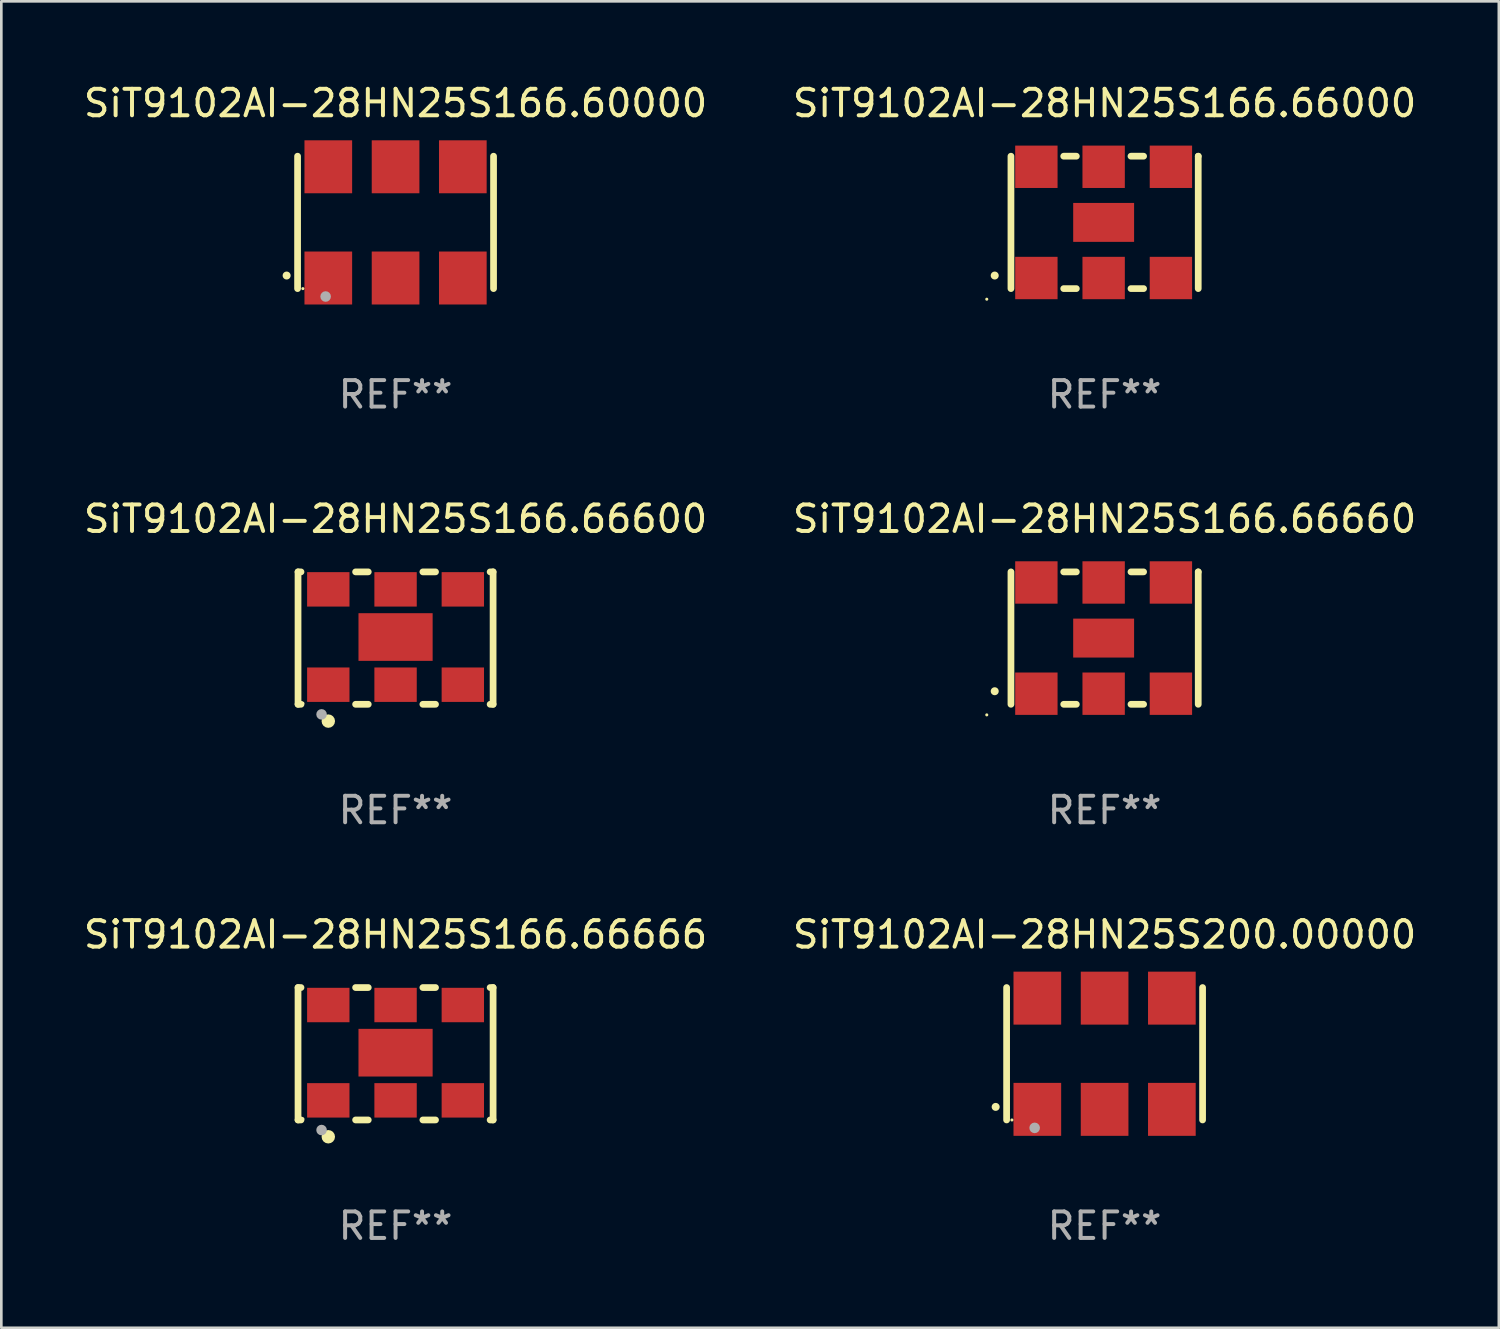
<source format=kicad_pcb>
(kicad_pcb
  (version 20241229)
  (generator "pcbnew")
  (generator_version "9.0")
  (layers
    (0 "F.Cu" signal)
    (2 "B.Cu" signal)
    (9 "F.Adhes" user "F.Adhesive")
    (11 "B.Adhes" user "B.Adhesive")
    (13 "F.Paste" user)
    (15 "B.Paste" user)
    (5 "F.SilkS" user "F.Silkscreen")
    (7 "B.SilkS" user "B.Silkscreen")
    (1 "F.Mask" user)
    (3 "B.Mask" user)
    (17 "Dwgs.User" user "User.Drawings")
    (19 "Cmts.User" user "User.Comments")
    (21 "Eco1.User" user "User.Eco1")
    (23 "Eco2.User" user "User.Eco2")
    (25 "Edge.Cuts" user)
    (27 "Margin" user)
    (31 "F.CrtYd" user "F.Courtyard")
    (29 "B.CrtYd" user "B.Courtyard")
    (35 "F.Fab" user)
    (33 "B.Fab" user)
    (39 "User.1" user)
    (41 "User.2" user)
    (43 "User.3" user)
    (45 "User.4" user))
  (footprint "SiT9102AI-28HN25S166.60000"
    (layer "F.Cu")
    (at 11.887 5.348)
    (property "Reference" "SiT9102AI-28HN25S166.60000" (at 0 -4.5 0) (layer "F.SilkS") (effects (font (size 1 1) (thickness 0.15))))
    (attr through_hole)
    (fp_line (start -3.7 -2.5) (end -3.7 2.5) (stroke (width 0.254) (type solid)) (layer "F.SilkS"))
    (fp_line (start 3.7 -2.5) (end 3.7 2.5) (stroke (width 0.254) (type solid)) (layer "F.SilkS"))
    (fp_arc (start -4.114415 2.006604) (mid -4.113145 2.006599) (end -4.111875 2.006604) (stroke (width 0.3) (type solid)) (layer "F.SilkS"))
    (fp_circle (center -3.5 2.501) (end -3.47 2.501) (stroke (width 0.06) (type solid)) (fill no) (layer "F.SilkS"))
    (fp_circle (center -2.641 2.799) (end -2.541 2.799) (stroke (width 0.2) (type solid)) (fill no) (layer "F.Fab"))
    (fp_text user "REF**" (at 0 6.5 0) (layer "F.Fab") (effects (font (size 1 1) (thickness 0.15))))
    (pad "1" smd rect (at -2.54 2.1) (size 1.8 2) (layers "F.Cu" "F.Mask" "F.Paste"))
    (pad "2" smd rect (at 0.000394 2.1) (size 1.8 2) (layers "F.Cu" "F.Mask" "F.Paste"))
    (pad "3" smd rect (at 2.54 2.1) (size 1.8 2) (layers "F.Cu" "F.Mask" "F.Paste"))
    (pad "4" smd rect (at 2.54 -2.1) (size 1.8 2) (layers "F.Cu" "F.Mask" "F.Paste"))
    (pad "5" smd rect (at 0.000394 -2.1) (size 1.8 2) (layers "F.Cu" "F.Mask" "F.Paste"))
    (pad "6" smd rect (at -2.54 -2.1) (size 1.8 2) (layers "F.Cu" "F.Mask" "F.Paste")))
  (footprint "SiT9102AI-28HN25S166.66600"
    (layer "F.Cu")
    (at 11.887 21.045)
    (property "Reference" "SiT9102AI-28HN25S166.66600" (at 0 -4.5 0) (layer "F.SilkS") (effects (font (size 1 1) (thickness 0.15))))
    (attr through_hole)
    (fp_line (start -3.683 -2.5) (end -3.571 -2.5) (stroke (width 0.254) (type solid)) (layer "F.SilkS"))
    (fp_line (start -3.683 2.5) (end -3.683 -2.5) (stroke (width 0.254) (type solid)) (layer "F.SilkS"))
    (fp_line (start -3.683 2.5) (end -3.571 2.5) (stroke (width 0.254) (type solid)) (layer "F.SilkS"))
    (fp_line (start -1.509 -2.5) (end -1.031 -2.5) (stroke (width 0.254) (type solid)) (layer "F.SilkS"))
    (fp_line (start -1.509 2.5) (end -1.031 2.5) (stroke (width 0.254) (type solid)) (layer "F.SilkS"))
    (fp_line (start 1.031 -2.5) (end 1.509 -2.5) (stroke (width 0.254) (type solid)) (layer "F.SilkS"))
    (fp_line (start 1.031 2.5) (end 1.509 2.5) (stroke (width 0.254) (type solid)) (layer "F.SilkS"))
    (fp_line (start 3.571 -2.5) (end 3.683 -2.5) (stroke (width 0.254) (type solid)) (layer "F.SilkS"))
    (fp_line (start 3.571 2.5) (end 3.683 2.5) (stroke (width 0.254) (type solid)) (layer "F.SilkS"))
    (fp_line (start 3.683 2.5) (end 3.683 -2.5) (stroke (width 0.254) (type solid)) (layer "F.SilkS"))
    (fp_circle (center -3.5 2.46) (end -3.47 2.46) (stroke (width 0.06) (type solid)) (fill no) (layer "F.SilkS"))
    (fp_circle (center -2.54 3.135) (end -2.413 3.135) (stroke (width 0.254) (type solid)) (fill no) (layer "F.SilkS"))
    (fp_circle (center -2.794 2.881) (end -2.694 2.881) (stroke (width 0.2) (type solid)) (fill no) (layer "F.Fab"))
    (fp_text user "REF**" (at 0 6.5 0) (layer "F.Fab") (effects (font (size 1 1) (thickness 0.15))))
    (pad "1" smd rect (at -2.54 1.76) (size 1.6 1.3) (layers "F.Cu" "F.Mask" "F.Paste"))
    (pad "2" smd rect (at 0 1.76) (size 1.6 1.3) (layers "F.Cu" "F.Mask" "F.Paste"))
    (pad "3" smd rect (at 2.54 1.76) (size 1.6 1.3) (layers "F.Cu" "F.Mask" "F.Paste"))
    (pad "4" smd rect (at 2.54 -1.84) (size 1.6 1.3) (layers "F.Cu" "F.Mask" "F.Paste"))
    (pad "5" smd rect (at 0 -1.84) (size 1.6 1.3) (layers "F.Cu" "F.Mask" "F.Paste"))
    (pad "6" smd rect (at -2.54 -1.84) (size 1.6 1.3) (layers "F.Cu" "F.Mask" "F.Paste"))
    (pad "7" smd rect (at 0 -0.04) (size 2.8 1.8) (layers "F.Cu" "F.Mask" "F.Paste")))
  (footprint "SiT9102AI-28HN25S166.66000"
    (layer "F.Cu")
    (at 38.661 5.348)
    (property "Reference" "SiT9102AI-28HN25S166.66000" (at 0 -4.5 0) (layer "F.SilkS") (effects (font (size 1 1) (thickness 0.15))))
    (attr through_hole)
    (fp_line (start -3.536 -2.5) (end -3.536 2.5) (stroke (width 0.254) (type solid)) (layer "F.SilkS"))
    (fp_line (start -1.544 2.5) (end -1.067 2.5) (stroke (width 0.254) (type solid)) (layer "F.SilkS"))
    (fp_line (start -1.067 -2.5) (end -1.544 -2.5) (stroke (width 0.254) (type solid)) (layer "F.SilkS"))
    (fp_line (start 0.996 2.5) (end 1.473 2.5) (stroke (width 0.254) (type solid)) (layer "F.SilkS"))
    (fp_line (start 1.473 -2.5) (end 0.996 -2.5) (stroke (width 0.254) (type solid)) (layer "F.SilkS"))
    (fp_line (start 3.536 -2.5) (end 3.536 -2.5) (stroke (width 0.254) (type solid)) (layer "F.SilkS"))
    (fp_line (start 3.536 2.5) (end 3.536 -2.5) (stroke (width 0.254) (type solid)) (layer "F.SilkS"))
    (fp_arc (start -4.150432 2.006604) (mid -4.149162 2.006599) (end -4.147892 2.006604) (stroke (width 0.3) (type solid)) (layer "F.SilkS"))
    (fp_circle (center -4.449 2.9) (end -4.419 2.9) (stroke (width 0.06) (type solid)) (fill no) (layer "F.SilkS"))
    (fp_text user "REF**" (at 0 6.5 0) (layer "F.Fab") (effects (font (size 1 1) (thickness 0.15))))
    (pad "1" smd rect (at -2.576 2.1) (size 1.6 1.6) (layers "F.Cu" "F.Mask" "F.Paste"))
    (pad "2" smd rect (at -0.036 2.1) (size 1.6 1.6) (layers "F.Cu" "F.Mask" "F.Paste"))
    (pad "3" smd rect (at 2.504 2.1) (size 1.6 1.6) (layers "F.Cu" "F.Mask" "F.Paste"))
    (pad "4" smd rect (at 2.504 -2.1) (size 1.6 1.6) (layers "F.Cu" "F.Mask" "F.Paste"))
    (pad "5" smd rect (at -0.036 -2.1) (size 1.6 1.6) (layers "F.Cu" "F.Mask" "F.Paste"))
    (pad "6" smd rect (at -2.576 -2.1) (size 1.6 1.6) (layers "F.Cu" "F.Mask" "F.Paste"))
    (pad "7" smd rect (at -0.036 0) (size 2.3 1.47) (layers "F.Cu" "F.Mask" "F.Paste")))
  (footprint "SiT9102AI-28HN25S166.66660"
    (layer "F.Cu")
    (at 38.661 21.045)
    (property "Reference" "SiT9102AI-28HN25S166.66660" (at 0 -4.5 0) (layer "F.SilkS") (effects (font (size 1 1) (thickness 0.15))))
    (attr through_hole)
    (fp_line (start -3.536 -2.5) (end -3.536 2.5) (stroke (width 0.254) (type solid)) (layer "F.SilkS"))
    (fp_line (start -1.544 2.5) (end -1.067 2.5) (stroke (width 0.254) (type solid)) (layer "F.SilkS"))
    (fp_line (start -1.067 -2.5) (end -1.544 -2.5) (stroke (width 0.254) (type solid)) (layer "F.SilkS"))
    (fp_line (start 0.996 2.5) (end 1.473 2.5) (stroke (width 0.254) (type solid)) (layer "F.SilkS"))
    (fp_line (start 1.473 -2.5) (end 0.996 -2.5) (stroke (width 0.254) (type solid)) (layer "F.SilkS"))
    (fp_line (start 3.536 -2.5) (end 3.536 -2.5) (stroke (width 0.254) (type solid)) (layer "F.SilkS"))
    (fp_line (start 3.536 2.5) (end 3.536 -2.5) (stroke (width 0.254) (type solid)) (layer "F.SilkS"))
    (fp_arc (start -4.150432 2.006604) (mid -4.149162 2.006599) (end -4.147892 2.006604) (stroke (width 0.3) (type solid)) (layer "F.SilkS"))
    (fp_circle (center -4.449 2.9) (end -4.419 2.9) (stroke (width 0.06) (type solid)) (fill no) (layer "F.SilkS"))
    (fp_text user "REF**" (at 0 6.5 0) (layer "F.Fab") (effects (font (size 1 1) (thickness 0.15))))
    (pad "1" smd rect (at -2.576 2.1) (size 1.6 1.6) (layers "F.Cu" "F.Mask" "F.Paste"))
    (pad "2" smd rect (at -0.036 2.1) (size 1.6 1.6) (layers "F.Cu" "F.Mask" "F.Paste"))
    (pad "3" smd rect (at 2.504 2.1) (size 1.6 1.6) (layers "F.Cu" "F.Mask" "F.Paste"))
    (pad "4" smd rect (at 2.504 -2.1) (size 1.6 1.6) (layers "F.Cu" "F.Mask" "F.Paste"))
    (pad "5" smd rect (at -0.036 -2.1) (size 1.6 1.6) (layers "F.Cu" "F.Mask" "F.Paste"))
    (pad "6" smd rect (at -2.576 -2.1) (size 1.6 1.6) (layers "F.Cu" "F.Mask" "F.Paste"))
    (pad "7" smd rect (at -0.036 0) (size 2.3 1.47) (layers "F.Cu" "F.Mask" "F.Paste")))
  (footprint "SiT9102AI-28HN25S166.66666"
    (layer "F.Cu")
    (at 11.887 36.741)
    (property "Reference" "SiT9102AI-28HN25S166.66666" (at 0 -4.5 0) (layer "F.SilkS") (effects (font (size 1 1) (thickness 0.15))))
    (attr through_hole)
    (fp_line (start -3.683 -2.5) (end -3.571 -2.5) (stroke (width 0.254) (type solid)) (layer "F.SilkS"))
    (fp_line (start -3.683 2.5) (end -3.683 -2.5) (stroke (width 0.254) (type solid)) (layer "F.SilkS"))
    (fp_line (start -3.683 2.5) (end -3.571 2.5) (stroke (width 0.254) (type solid)) (layer "F.SilkS"))
    (fp_line (start -1.509 -2.5) (end -1.031 -2.5) (stroke (width 0.254) (type solid)) (layer "F.SilkS"))
    (fp_line (start -1.509 2.5) (end -1.031 2.5) (stroke (width 0.254) (type solid)) (layer "F.SilkS"))
    (fp_line (start 1.031 -2.5) (end 1.509 -2.5) (stroke (width 0.254) (type solid)) (layer "F.SilkS"))
    (fp_line (start 1.031 2.5) (end 1.509 2.5) (stroke (width 0.254) (type solid)) (layer "F.SilkS"))
    (fp_line (start 3.571 -2.5) (end 3.683 -2.5) (stroke (width 0.254) (type solid)) (layer "F.SilkS"))
    (fp_line (start 3.571 2.5) (end 3.683 2.5) (stroke (width 0.254) (type solid)) (layer "F.SilkS"))
    (fp_line (start 3.683 2.5) (end 3.683 -2.5) (stroke (width 0.254) (type solid)) (layer "F.SilkS"))
    (fp_circle (center -3.5 2.46) (end -3.47 2.46) (stroke (width 0.06) (type solid)) (fill no) (layer "F.SilkS"))
    (fp_circle (center -2.54 3.135) (end -2.413 3.135) (stroke (width 0.254) (type solid)) (fill no) (layer "F.SilkS"))
    (fp_circle (center -2.794 2.881) (end -2.694 2.881) (stroke (width 0.2) (type solid)) (fill no) (layer "F.Fab"))
    (fp_text user "REF**" (at 0 6.5 0) (layer "F.Fab") (effects (font (size 1 1) (thickness 0.15))))
    (pad "1" smd rect (at -2.54 1.76) (size 1.6 1.3) (layers "F.Cu" "F.Mask" "F.Paste"))
    (pad "2" smd rect (at 0 1.76) (size 1.6 1.3) (layers "F.Cu" "F.Mask" "F.Paste"))
    (pad "3" smd rect (at 2.54 1.76) (size 1.6 1.3) (layers "F.Cu" "F.Mask" "F.Paste"))
    (pad "4" smd rect (at 2.54 -1.84) (size 1.6 1.3) (layers "F.Cu" "F.Mask" "F.Paste"))
    (pad "5" smd rect (at 0 -1.84) (size 1.6 1.3) (layers "F.Cu" "F.Mask" "F.Paste"))
    (pad "6" smd rect (at -2.54 -1.84) (size 1.6 1.3) (layers "F.Cu" "F.Mask" "F.Paste"))
    (pad "7" smd rect (at 0 -0.04) (size 2.8 1.8) (layers "F.Cu" "F.Mask" "F.Paste")))
  (footprint "SiT9102AI-28HN25S200.00000"
    (layer "F.Cu")
    (at 38.661 36.741)
    (property "Reference" "SiT9102AI-28HN25S200.00000" (at 0 -4.5 0) (layer "F.SilkS") (effects (font (size 1 1) (thickness 0.15))))
    (attr through_hole)
    (fp_line (start -3.7 -2.5) (end -3.7 2.5) (stroke (width 0.254) (type solid)) (layer "F.SilkS"))
    (fp_line (start 3.7 -2.5) (end 3.7 2.5) (stroke (width 0.254) (type solid)) (layer "F.SilkS"))
    (fp_arc (start -4.114415 2.006604) (mid -4.113145 2.006599) (end -4.111875 2.006604) (stroke (width 0.3) (type solid)) (layer "F.SilkS"))
    (fp_circle (center -3.5 2.501) (end -3.47 2.501) (stroke (width 0.06) (type solid)) (fill no) (layer "F.SilkS"))
    (fp_circle (center -2.641 2.799) (end -2.541 2.799) (stroke (width 0.2) (type solid)) (fill no) (layer "F.Fab"))
    (fp_text user "REF**" (at 0 6.5 0) (layer "F.Fab") (effects (font (size 1 1) (thickness 0.15))))
    (pad "1" smd rect (at -2.54 2.1) (size 1.8 2) (layers "F.Cu" "F.Mask" "F.Paste"))
    (pad "2" smd rect (at 0.000394 2.1) (size 1.8 2) (layers "F.Cu" "F.Mask" "F.Paste"))
    (pad "3" smd rect (at 2.54 2.1) (size 1.8 2) (layers "F.Cu" "F.Mask" "F.Paste"))
    (pad "4" smd rect (at 2.54 -2.1) (size 1.8 2) (layers "F.Cu" "F.Mask" "F.Paste"))
    (pad "5" smd rect (at 0.000394 -2.1) (size 1.8 2) (layers "F.Cu" "F.Mask" "F.Paste"))
    (pad "6" smd rect (at -2.54 -2.1) (size 1.8 2) (layers "F.Cu" "F.Mask" "F.Paste")))
  (gr_rect
    (start -3 -3)
    (end 53.548 47.09)
    (stroke (width 0.1) (type default))
    (fill no)
    (layer "Edge.Cuts")))
</source>
